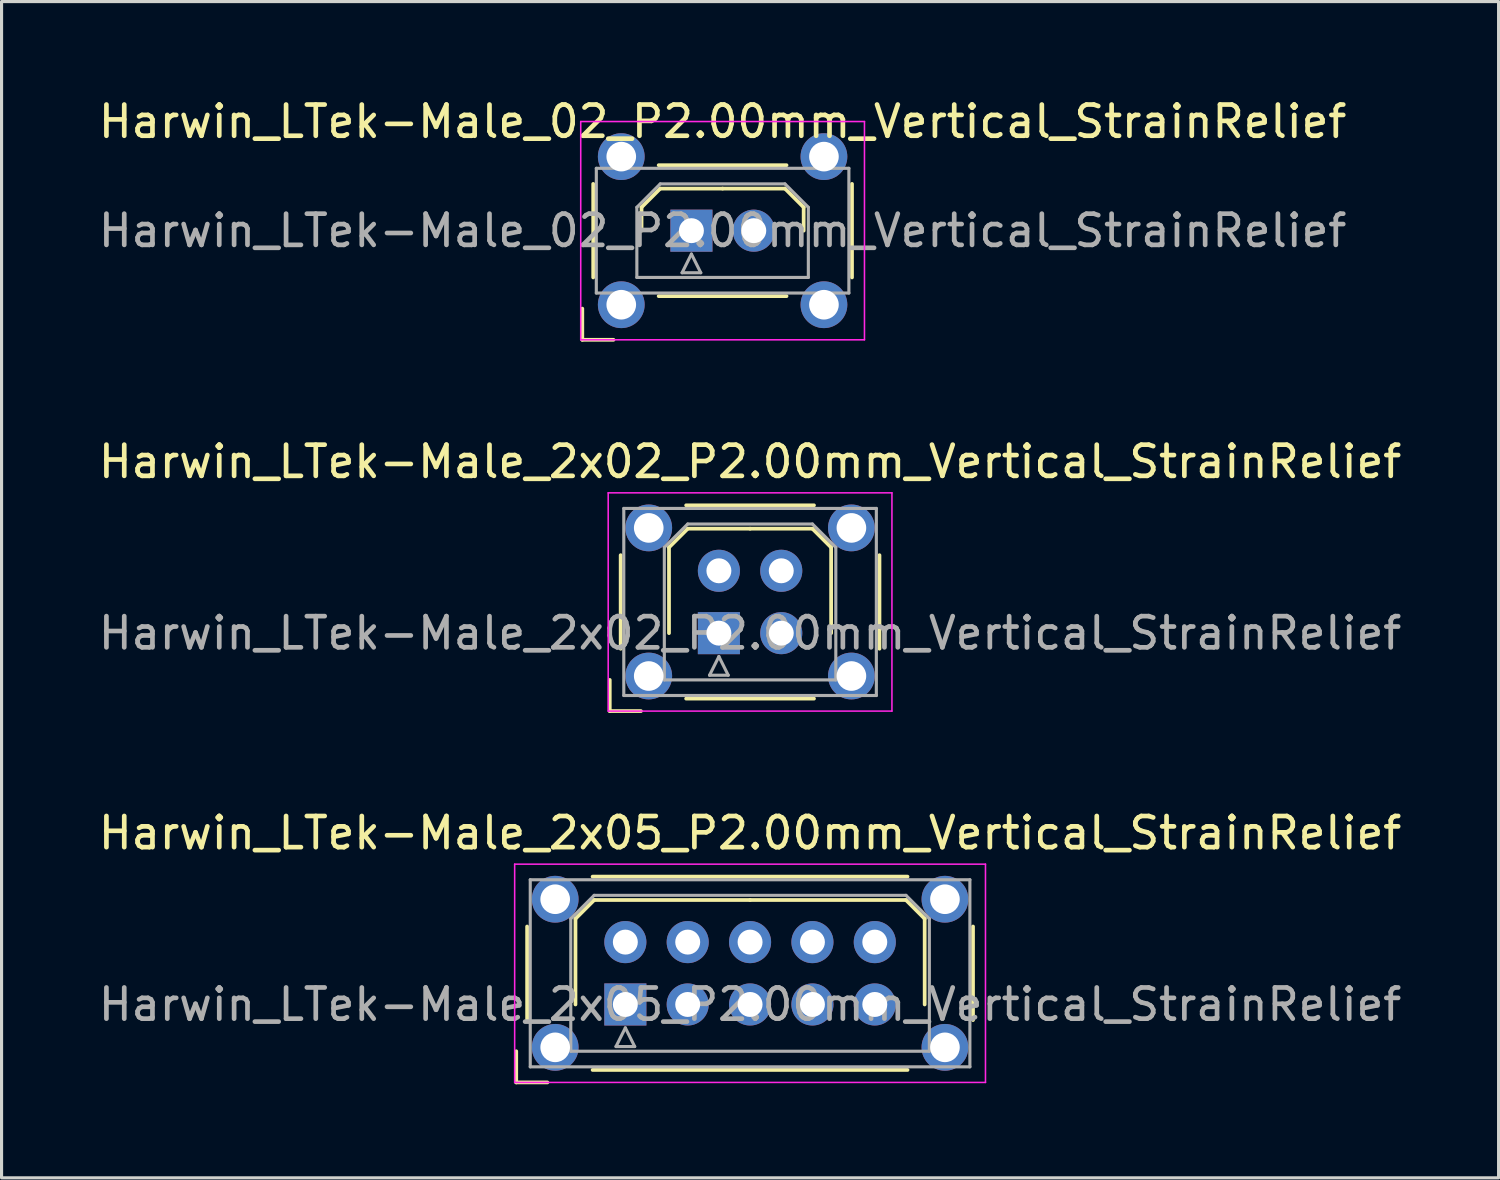
<source format=kicad_pcb>
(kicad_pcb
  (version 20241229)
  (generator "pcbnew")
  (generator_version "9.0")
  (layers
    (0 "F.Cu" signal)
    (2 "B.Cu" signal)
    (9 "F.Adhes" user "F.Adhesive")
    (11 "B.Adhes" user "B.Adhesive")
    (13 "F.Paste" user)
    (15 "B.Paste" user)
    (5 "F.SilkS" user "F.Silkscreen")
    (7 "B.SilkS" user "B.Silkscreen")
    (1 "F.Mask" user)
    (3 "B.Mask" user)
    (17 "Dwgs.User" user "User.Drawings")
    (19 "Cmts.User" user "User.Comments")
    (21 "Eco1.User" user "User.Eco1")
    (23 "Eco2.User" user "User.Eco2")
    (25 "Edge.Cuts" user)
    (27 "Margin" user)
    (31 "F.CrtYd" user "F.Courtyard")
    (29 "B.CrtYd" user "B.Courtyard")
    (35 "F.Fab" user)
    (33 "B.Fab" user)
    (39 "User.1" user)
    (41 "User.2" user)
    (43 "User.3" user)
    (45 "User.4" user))
  (footprint "Harwin_LTek-Male_2x02_P2.00mm_Vertical_StrainRelief"
    (layer "F.Cu")
    (at 20.006 17.256)
    (property "Reference" "Harwin_LTek-Male_2x02_P2.00mm_Vertical_StrainRelief" (at 1 -5.5 0) (layer "F.SilkS") (effects (font (size 1 1) (thickness 0.15))))
    (attr through_hole)
    (fp_line (start -3.5 1.5) (end -3.5 2.5) (stroke (width 0.12) (type solid)) (layer "F.SilkS"))
    (fp_line (start -3.5 2.5) (end -2.5 2.5) (stroke (width 0.12) (type solid)) (layer "F.SilkS"))
    (fp_line (start -3.15 -2.5) (end -3.15 0.5) (stroke (width 0.12) (type solid)) (layer "F.SilkS"))
    (fp_line (start -1.6 -2.75) (end -1 -3.35) (stroke (width 0.12) (type solid)) (layer "F.SilkS"))
    (fp_line (start -1.6 0) (end -1.6 -2.75) (stroke (width 0.12) (type solid)) (layer "F.SilkS"))
    (fp_line (start -1.05 -4.1) (end 3.05 -4.1) (stroke (width 0.12) (type solid)) (layer "F.SilkS"))
    (fp_line (start -1.05 2.1) (end 3.05 2.1) (stroke (width 0.12) (type solid)) (layer "F.SilkS"))
    (fp_line (start -1 -3.35) (end 1 -3.35) (stroke (width 0.12) (type solid)) (layer "F.SilkS"))
    (fp_line (start 3 -3.35) (end 1 -3.35) (stroke (width 0.12) (type solid)) (layer "F.SilkS"))
    (fp_line (start 3.6 -2.75) (end 3 -3.35) (stroke (width 0.12) (type solid)) (layer "F.SilkS"))
    (fp_line (start 3.6 0) (end 3.6 -2.75) (stroke (width 0.12) (type solid)) (layer "F.SilkS"))
    (fp_line (start 5.15 -2.5) (end 5.15 0.5) (stroke (width 0.12) (type solid)) (layer "F.SilkS"))
    (fp_line (start -3.55 -4.5) (end -3.55 2.5) (stroke (width 0.05) (type solid)) (layer "F.CrtYd"))
    (fp_line (start -3.55 2.5) (end 5.55 2.5) (stroke (width 0.05) (type solid)) (layer "F.CrtYd"))
    (fp_line (start 5.55 -4.5) (end -3.55 -4.5) (stroke (width 0.05) (type solid)) (layer "F.CrtYd"))
    (fp_line (start 5.55 2.5) (end 5.55 -4.5) (stroke (width 0.05) (type solid)) (layer "F.CrtYd"))
    (fp_line (start -3.05 -4) (end -3.05 2) (stroke (width 0.1) (type solid)) (layer "F.Fab"))
    (fp_line (start -3.05 2) (end 5.05 2) (stroke (width 0.1) (type solid)) (layer "F.Fab"))
    (fp_line (start -1.75 -2.75) (end -1 -3.5) (stroke (width 0.1) (type solid)) (layer "F.Fab"))
    (fp_line (start -1.75 1.5) (end -1.75 -2.75) (stroke (width 0.1) (type solid)) (layer "F.Fab"))
    (fp_line (start -1 -3.5) (end 3 -3.5) (stroke (width 0.1) (type solid)) (layer "F.Fab"))
    (fp_line (start -0.3 1.35) (end 0.3 1.35) (stroke (width 0.1) (type solid)) (layer "F.Fab"))
    (fp_line (start 0 0.75) (end -0.3 1.35) (stroke (width 0.1) (type solid)) (layer "F.Fab"))
    (fp_line (start 0.3 1.35) (end 0 0.75) (stroke (width 0.1) (type solid)) (layer "F.Fab"))
    (fp_line (start 3 -3.5) (end 3.75 -2.75) (stroke (width 0.1) (type solid)) (layer "F.Fab"))
    (fp_line (start 3.75 -2.75) (end 3.75 1.5) (stroke (width 0.1) (type solid)) (layer "F.Fab"))
    (fp_line (start 3.75 1.5) (end -1.75 1.5) (stroke (width 0.1) (type solid)) (layer "F.Fab"))
    (fp_line (start 5.05 -4) (end -3.05 -4) (stroke (width 0.1) (type solid)) (layer "F.Fab"))
    (fp_line (start 5.05 2) (end 5.05 -4) (stroke (width 0.1) (type solid)) (layer "F.Fab"))
    (fp_text user "${REFERENCE}" (at 1 0 0) (layer "F.Fab") (effects (font (size 1 1) (thickness 0.15))))
    (pad "" thru_hole circle (at -2.25 -3.375) (size 1.5 1.5) (drill 0.95) (layers "*.Cu" "*.Mask"))
    (pad "" thru_hole circle (at -2.25 1.375) (size 1.5 1.5) (drill 0.95) (layers "*.Cu" "*.Mask"))
    (pad "" thru_hole circle (at 4.25 -3.375) (size 1.5 1.5) (drill 0.95) (layers "*.Cu" "*.Mask"))
    (pad "" thru_hole circle (at 4.25 1.375) (size 1.5 1.5) (drill 0.95) (layers "*.Cu" "*.Mask"))
    (pad "1" thru_hole rect (at 0 0) (size 1.35 1.35) (drill 0.8) (layers "*.Cu" "*.Mask"))
    (pad "2" thru_hole circle (at 0 -2) (size 1.35 1.35) (drill 0.8) (layers "*.Cu" "*.Mask"))
    (pad "3" thru_hole circle (at 2 0) (size 1.35 1.35) (drill 0.8) (layers "*.Cu" "*.Mask"))
    (pad "4" thru_hole circle (at 2 -2) (size 1.35 1.35) (drill 0.8) (layers "*.Cu" "*.Mask")))
  (footprint "Harwin_LTek-Male_02_P2.00mm_Vertical_StrainRelief"
    (layer "F.Cu")
    (at 19.125 4.348)
    (property "Reference" "Harwin_LTek-Male_02_P2.00mm_Vertical_StrainRelief" (at 1 -3.5 0) (layer "F.SilkS") (effects (font (size 1 1) (thickness 0.15))))
    (attr through_hole)
    (fp_line (start -3.5 2.5) (end -3.5 3.5) (stroke (width 0.12) (type solid)) (layer "F.SilkS"))
    (fp_line (start -3.5 3.5) (end -2.5 3.5) (stroke (width 0.12) (type solid)) (layer "F.SilkS"))
    (fp_line (start -3.15 -1.5) (end -3.15 1.5) (stroke (width 0.12) (type solid)) (layer "F.SilkS"))
    (fp_line (start -1.6 -0.75) (end -1 -1.35) (stroke (width 0.12) (type solid)) (layer "F.SilkS"))
    (fp_line (start -1.6 0) (end -1.6 -0.75) (stroke (width 0.12) (type solid)) (layer "F.SilkS"))
    (fp_line (start -1.05 -2.1) (end 3.05 -2.1) (stroke (width 0.12) (type solid)) (layer "F.SilkS"))
    (fp_line (start -1.05 2.1) (end 3.05 2.1) (stroke (width 0.12) (type solid)) (layer "F.SilkS"))
    (fp_line (start -1 -1.35) (end 1 -1.35) (stroke (width 0.12) (type solid)) (layer "F.SilkS"))
    (fp_line (start 3 -1.35) (end 1 -1.35) (stroke (width 0.12) (type solid)) (layer "F.SilkS"))
    (fp_line (start 3.6 -0.75) (end 3 -1.35) (stroke (width 0.12) (type solid)) (layer "F.SilkS"))
    (fp_line (start 3.6 0) (end 3.6 -0.75) (stroke (width 0.12) (type solid)) (layer "F.SilkS"))
    (fp_line (start 5.15 -1.5) (end 5.15 1.5) (stroke (width 0.12) (type solid)) (layer "F.SilkS"))
    (fp_line (start -3.55 -3.5) (end -3.55 3.5) (stroke (width 0.05) (type solid)) (layer "F.CrtYd"))
    (fp_line (start -3.55 3.5) (end 5.55 3.5) (stroke (width 0.05) (type solid)) (layer "F.CrtYd"))
    (fp_line (start 5.55 -3.5) (end -3.55 -3.5) (stroke (width 0.05) (type solid)) (layer "F.CrtYd"))
    (fp_line (start 5.55 3.5) (end 5.55 -3.5) (stroke (width 0.05) (type solid)) (layer "F.CrtYd"))
    (fp_line (start -3.05 -2) (end -3.05 2) (stroke (width 0.1) (type solid)) (layer "F.Fab"))
    (fp_line (start -3.05 2) (end 5.05 2) (stroke (width 0.1) (type solid)) (layer "F.Fab"))
    (fp_line (start -1.75 -0.75) (end -1 -1.5) (stroke (width 0.1) (type solid)) (layer "F.Fab"))
    (fp_line (start -1.75 1.5) (end -1.75 -0.75) (stroke (width 0.1) (type solid)) (layer "F.Fab"))
    (fp_line (start -1 -1.5) (end 3 -1.5) (stroke (width 0.1) (type solid)) (layer "F.Fab"))
    (fp_line (start -0.3 1.35) (end 0.3 1.35) (stroke (width 0.1) (type solid)) (layer "F.Fab"))
    (fp_line (start 0 0.75) (end -0.3 1.35) (stroke (width 0.1) (type solid)) (layer "F.Fab"))
    (fp_line (start 0.3 1.35) (end 0 0.75) (stroke (width 0.1) (type solid)) (layer "F.Fab"))
    (fp_line (start 3 -1.5) (end 3.75 -0.75) (stroke (width 0.1) (type solid)) (layer "F.Fab"))
    (fp_line (start 3.75 -0.75) (end 3.75 1.5) (stroke (width 0.1) (type solid)) (layer "F.Fab"))
    (fp_line (start 3.75 1.5) (end -1.75 1.5) (stroke (width 0.1) (type solid)) (layer "F.Fab"))
    (fp_line (start 5.05 -2) (end -3.05 -2) (stroke (width 0.1) (type solid)) (layer "F.Fab"))
    (fp_line (start 5.05 2) (end 5.05 -2) (stroke (width 0.1) (type solid)) (layer "F.Fab"))
    (fp_text user "${REFERENCE}" (at 1 0 0) (layer "F.Fab") (effects (font (size 1 1) (thickness 0.15))))
    (pad "" thru_hole circle (at -2.25 -2.375) (size 1.5 1.5) (drill 0.95) (layers "*.Cu" "*.Mask"))
    (pad "" thru_hole circle (at -2.25 2.375) (size 1.5 1.5) (drill 0.95) (layers "*.Cu" "*.Mask"))
    (pad "" thru_hole circle (at 4.25 -2.375) (size 1.5 1.5) (drill 0.95) (layers "*.Cu" "*.Mask"))
    (pad "" thru_hole circle (at 4.25 2.375) (size 1.5 1.5) (drill 0.95) (layers "*.Cu" "*.Mask"))
    (pad "1" thru_hole rect (at 0 0) (size 1.35 1.35) (drill 0.8) (layers "*.Cu" "*.Mask"))
    (pad "2" thru_hole circle (at 2 0) (size 1.35 1.35) (drill 0.8) (layers "*.Cu" "*.Mask")))
  (footprint "Harwin_LTek-Male_2x05_P2.00mm_Vertical_StrainRelief"
    (layer "F.Cu")
    (at 17.006 29.165)
    (property "Reference" "Harwin_LTek-Male_2x05_P2.00mm_Vertical_StrainRelief" (at 4 -5.5 0) (layer "F.SilkS") (effects (font (size 1 1) (thickness 0.15))))
    (attr through_hole)
    (fp_line (start -3.5 1.5) (end -3.5 2.5) (stroke (width 0.12) (type solid)) (layer "F.SilkS"))
    (fp_line (start -3.5 2.5) (end -2.5 2.5) (stroke (width 0.12) (type solid)) (layer "F.SilkS"))
    (fp_line (start -3.15 -2.5) (end -3.15 0.5) (stroke (width 0.12) (type solid)) (layer "F.SilkS"))
    (fp_line (start -1.6 -2.75) (end -1 -3.35) (stroke (width 0.12) (type solid)) (layer "F.SilkS"))
    (fp_line (start -1.6 0) (end -1.6 -2.75) (stroke (width 0.12) (type solid)) (layer "F.SilkS"))
    (fp_line (start -1.05 -4.1) (end 9.05 -4.1) (stroke (width 0.12) (type solid)) (layer "F.SilkS"))
    (fp_line (start -1.05 2.1) (end 9.05 2.1) (stroke (width 0.12) (type solid)) (layer "F.SilkS"))
    (fp_line (start -1 -3.35) (end 4 -3.35) (stroke (width 0.12) (type solid)) (layer "F.SilkS"))
    (fp_line (start 9 -3.35) (end 4 -3.35) (stroke (width 0.12) (type solid)) (layer "F.SilkS"))
    (fp_line (start 9.6 -2.75) (end 9 -3.35) (stroke (width 0.12) (type solid)) (layer "F.SilkS"))
    (fp_line (start 9.6 0) (end 9.6 -2.75) (stroke (width 0.12) (type solid)) (layer "F.SilkS"))
    (fp_line (start 11.15 -2.5) (end 11.15 0.5) (stroke (width 0.12) (type solid)) (layer "F.SilkS"))
    (fp_line (start -3.55 -4.5) (end -3.55 2.5) (stroke (width 0.05) (type solid)) (layer "F.CrtYd"))
    (fp_line (start -3.55 2.5) (end 11.55 2.5) (stroke (width 0.05) (type solid)) (layer "F.CrtYd"))
    (fp_line (start 11.55 -4.5) (end -3.55 -4.5) (stroke (width 0.05) (type solid)) (layer "F.CrtYd"))
    (fp_line (start 11.55 2.5) (end 11.55 -4.5) (stroke (width 0.05) (type solid)) (layer "F.CrtYd"))
    (fp_line (start -3.05 -4) (end -3.05 2) (stroke (width 0.1) (type solid)) (layer "F.Fab"))
    (fp_line (start -3.05 2) (end 11.05 2) (stroke (width 0.1) (type solid)) (layer "F.Fab"))
    (fp_line (start -1.75 -2.75) (end -1 -3.5) (stroke (width 0.1) (type solid)) (layer "F.Fab"))
    (fp_line (start -1.75 1.5) (end -1.75 -2.75) (stroke (width 0.1) (type solid)) (layer "F.Fab"))
    (fp_line (start -1 -3.5) (end 9 -3.5) (stroke (width 0.1) (type solid)) (layer "F.Fab"))
    (fp_line (start -0.3 1.35) (end 0.3 1.35) (stroke (width 0.1) (type solid)) (layer "F.Fab"))
    (fp_line (start 0 0.75) (end -0.3 1.35) (stroke (width 0.1) (type solid)) (layer "F.Fab"))
    (fp_line (start 0.3 1.35) (end 0 0.75) (stroke (width 0.1) (type solid)) (layer "F.Fab"))
    (fp_line (start 9 -3.5) (end 9.75 -2.75) (stroke (width 0.1) (type solid)) (layer "F.Fab"))
    (fp_line (start 9.75 -2.75) (end 9.75 1.5) (stroke (width 0.1) (type solid)) (layer "F.Fab"))
    (fp_line (start 9.75 1.5) (end -1.75 1.5) (stroke (width 0.1) (type solid)) (layer "F.Fab"))
    (fp_line (start 11.05 -4) (end -3.05 -4) (stroke (width 0.1) (type solid)) (layer "F.Fab"))
    (fp_line (start 11.05 2) (end 11.05 -4) (stroke (width 0.1) (type solid)) (layer "F.Fab"))
    (fp_text user "${REFERENCE}" (at 4 0 0) (layer "F.Fab") (effects (font (size 1 1) (thickness 0.15))))
    (pad "" thru_hole circle (at -2.25 -3.375) (size 1.5 1.5) (drill 0.95) (layers "*.Cu" "*.Mask"))
    (pad "" thru_hole circle (at -2.25 1.375) (size 1.5 1.5) (drill 0.95) (layers "*.Cu" "*.Mask"))
    (pad "" thru_hole circle (at 10.25 -3.375) (size 1.5 1.5) (drill 0.95) (layers "*.Cu" "*.Mask"))
    (pad "" thru_hole circle (at 10.25 1.375) (size 1.5 1.5) (drill 0.95) (layers "*.Cu" "*.Mask"))
    (pad "1" thru_hole rect (at 0 0) (size 1.35 1.35) (drill 0.8) (layers "*.Cu" "*.Mask"))
    (pad "2" thru_hole circle (at 0 -2) (size 1.35 1.35) (drill 0.8) (layers "*.Cu" "*.Mask"))
    (pad "3" thru_hole circle (at 2 0) (size 1.35 1.35) (drill 0.8) (layers "*.Cu" "*.Mask"))
    (pad "4" thru_hole circle (at 2 -2) (size 1.35 1.35) (drill 0.8) (layers "*.Cu" "*.Mask"))
    (pad "5" thru_hole circle (at 4 0) (size 1.35 1.35) (drill 0.8) (layers "*.Cu" "*.Mask"))
    (pad "6" thru_hole circle (at 4 -2) (size 1.35 1.35) (drill 0.8) (layers "*.Cu" "*.Mask"))
    (pad "7" thru_hole circle (at 6 0) (size 1.35 1.35) (drill 0.8) (layers "*.Cu" "*.Mask"))
    (pad "8" thru_hole circle (at 6 -2) (size 1.35 1.35) (drill 0.8) (layers "*.Cu" "*.Mask"))
    (pad "9" thru_hole circle (at 8 0) (size 1.35 1.35) (drill 0.8) (layers "*.Cu" "*.Mask"))
    (pad "10" thru_hole circle (at 8 -2) (size 1.35 1.35) (drill 0.8) (layers "*.Cu" "*.Mask")))
  (gr_rect
    (start -3 -3)
    (end 45.012 34.725)
    (stroke (width 0.1) (type default))
    (fill no)
    (layer "Edge.Cuts")))
</source>
